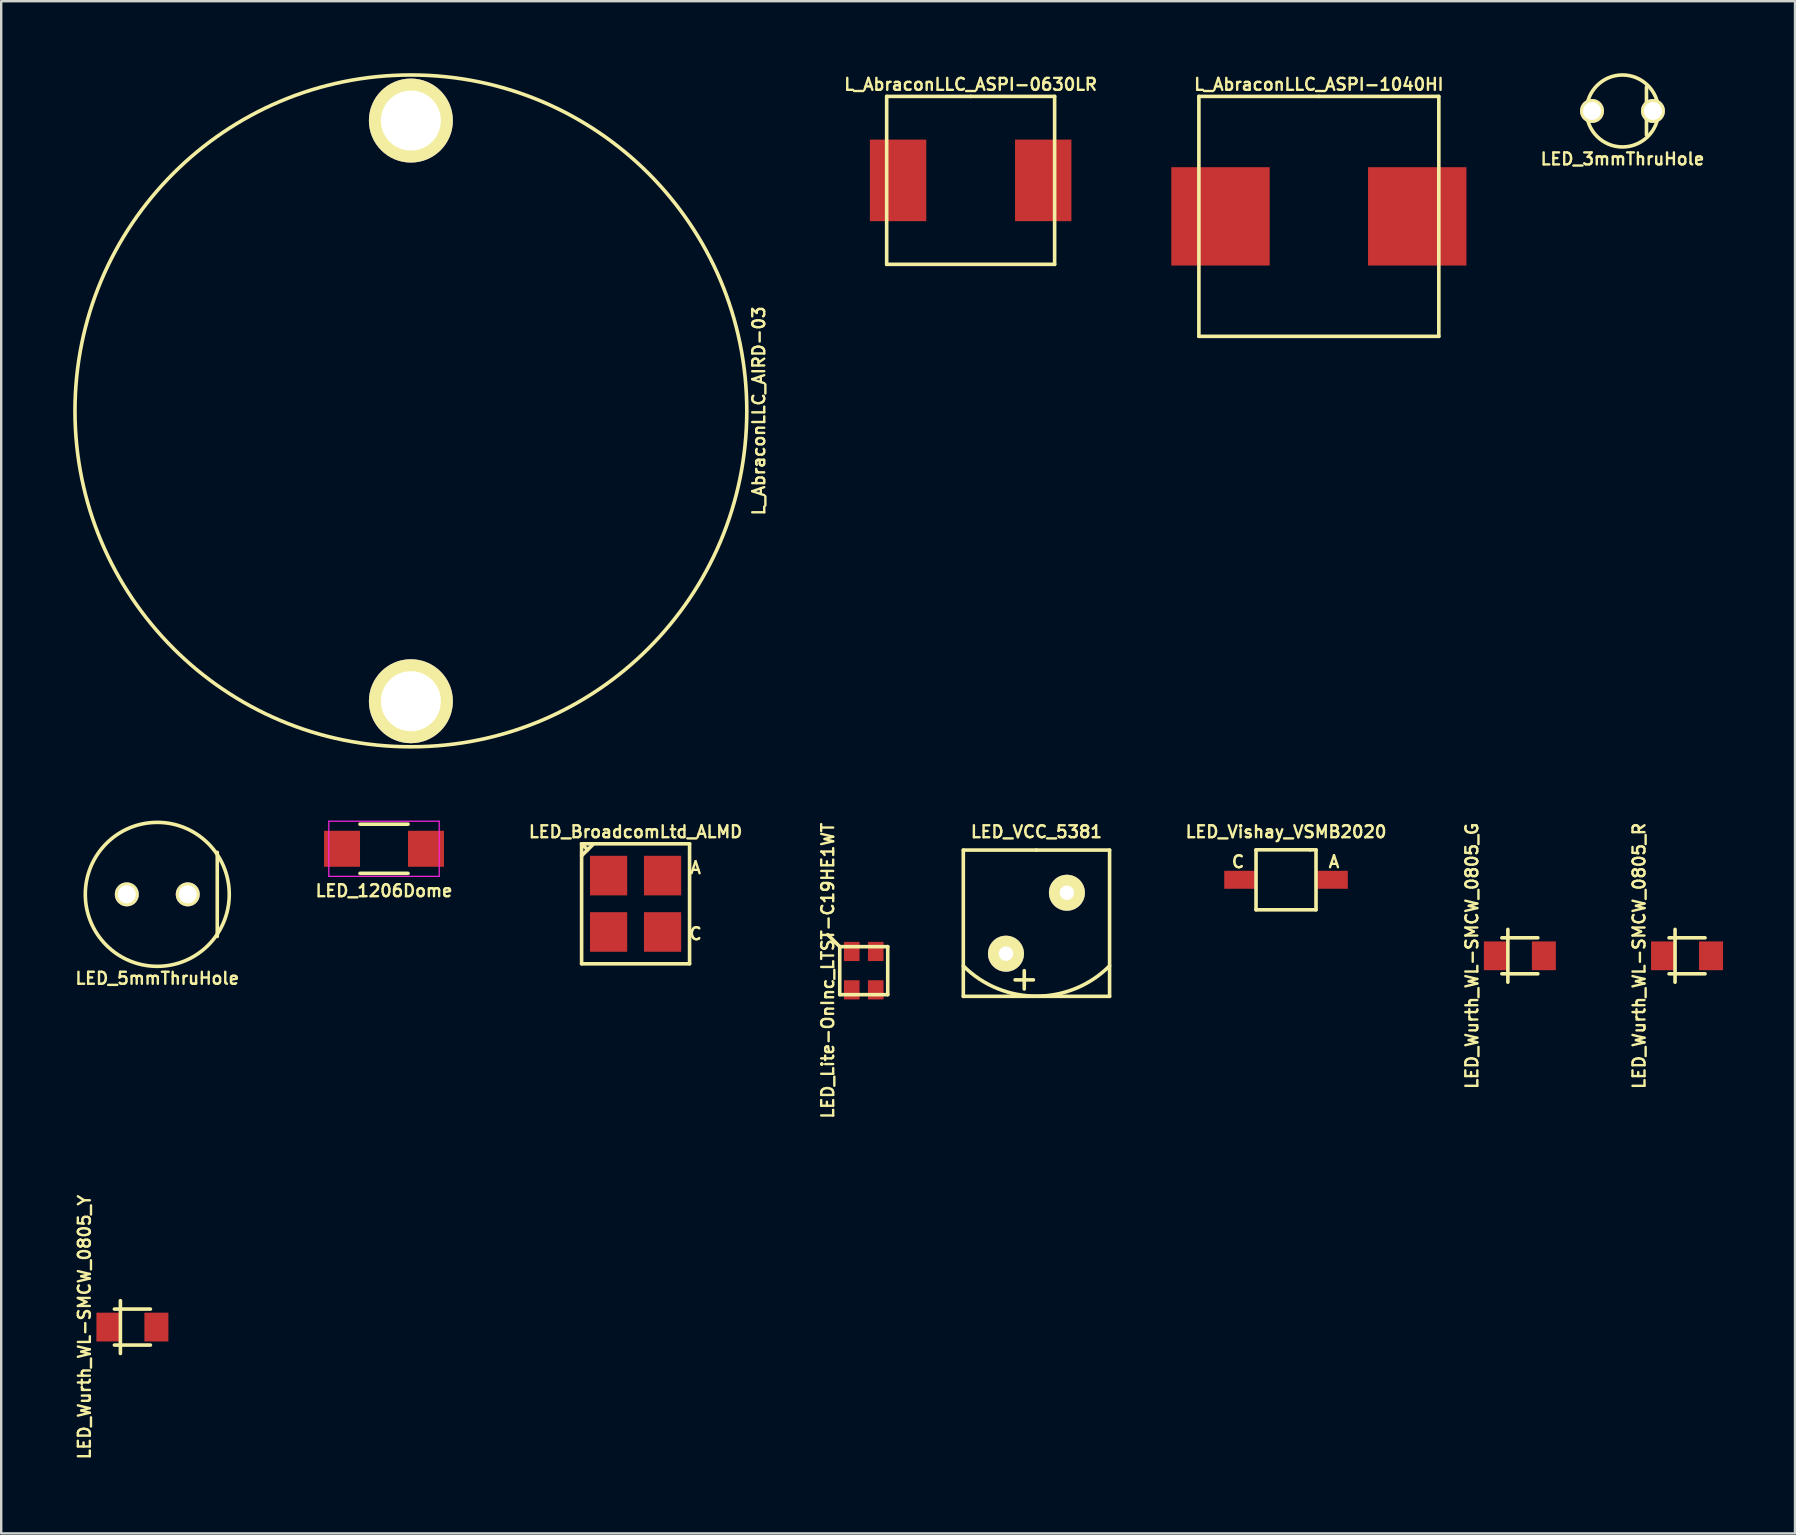
<source format=kicad_pcb>
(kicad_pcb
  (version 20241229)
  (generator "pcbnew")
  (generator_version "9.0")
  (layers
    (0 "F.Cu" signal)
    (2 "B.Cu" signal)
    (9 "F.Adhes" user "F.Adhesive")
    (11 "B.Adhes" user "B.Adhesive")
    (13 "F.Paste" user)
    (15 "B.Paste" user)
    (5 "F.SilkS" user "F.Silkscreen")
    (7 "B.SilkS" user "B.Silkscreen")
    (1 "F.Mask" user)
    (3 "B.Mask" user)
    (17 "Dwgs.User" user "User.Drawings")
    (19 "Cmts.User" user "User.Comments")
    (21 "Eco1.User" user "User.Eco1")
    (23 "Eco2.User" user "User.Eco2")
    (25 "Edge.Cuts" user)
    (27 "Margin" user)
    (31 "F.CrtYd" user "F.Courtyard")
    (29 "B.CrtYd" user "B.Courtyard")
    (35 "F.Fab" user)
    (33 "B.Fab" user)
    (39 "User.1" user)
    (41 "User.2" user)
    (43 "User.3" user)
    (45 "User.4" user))
  (footprint "LED_Wurth_WL-SMCW_0805_G"
    (layer "F.Cu")
    (at 60.295 36.786)
    (property "Reference" "LED_Wurth_WL-SMCW_0805_G" (at -2 0 90) (layer "F.SilkS") (effects (font (size 0.5 0.5) (thickness 0.1))))
    (attr through_hole)
    (fp_line (start -0.75 -0.75) (end 0.75 -0.75) (stroke (width 0.15) (type solid)) (layer "F.SilkS"))
    (fp_line (start -0.75 0.75) (end 0.75 0.75) (stroke (width 0.15) (type solid)) (layer "F.SilkS"))
    (fp_line (start -0.5 -1.1) (end -0.5 1.1) (stroke (width 0.15) (type solid)) (layer "F.SilkS"))
    (pad "1" smd rect (at -1 0) (size 1 1.2) (layers "F.Cu" "F.Mask" "F.Paste"))
    (pad "2" smd rect (at 1 0) (size 1 1.2) (layers "F.Cu" "F.Mask" "F.Paste")))
  (footprint "LED_1206Dome"
    (layer "F.Cu")
    (at 12.955 32.325)
    (property "Reference" "LED_1206Dome" (at 0 1.75 0) (layer "F.SilkS") (effects (font (size 0.5 0.5) (thickness 0.1))))
    (attr smd)
    (fp_line (start -1 1.025) (end 1 1.025) (stroke (width 0.15) (type solid)) (layer "F.SilkS"))
    (fp_line (start 1 -1.025) (end -1 -1.025) (stroke (width 0.15) (type solid)) (layer "F.SilkS"))
    (fp_line (start -2.3 -1.15) (end -2.3 1.15) (stroke (width 0.05) (type solid)) (layer "F.CrtYd"))
    (fp_line (start -2.3 -1.15) (end 2.3 -1.15) (stroke (width 0.05) (type solid)) (layer "F.CrtYd"))
    (fp_line (start -2.3 1.15) (end 2.3 1.15) (stroke (width 0.05) (type solid)) (layer "F.CrtYd"))
    (fp_line (start 2.3 -1.15) (end 2.3 1.15) (stroke (width 0.05) (type solid)) (layer "F.CrtYd"))
    (pad "1" smd rect (at -1.75 0) (size 1.5 1.5) (layers "F.Cu" "F.Mask" "F.Paste"))
    (pad "2" smd rect (at 1.75 0) (size 1.5 1.5) (layers "F.Cu" "F.Mask" "F.Paste")))
  (footprint "LED_BroadcomLtd_ALMD"
    (layer "F.Cu")
    (at 23.44 34.618)
    (property "Reference" "LED_BroadcomLtd_ALMD" (at 0 -3 0) (layer "F.SilkS") (effects (font (size 0.5 0.5) (thickness 0.1))))
    (attr through_hole)
    (fp_line (start -2.25 -2.5) (end -2.25 2.5) (stroke (width 0.15) (type solid)) (layer "F.SilkS"))
    (fp_line (start -2.25 -2.5) (end -2 -2.25) (stroke (width 0.15) (type solid)) (layer "F.SilkS"))
    (fp_line (start -2.25 -2.5) (end 2.25 -2.5) (stroke (width 0.15) (type solid)) (layer "F.SilkS"))
    (fp_line (start -2.25 -2) (end -1.75 -2.5) (stroke (width 0.15) (type solid)) (layer "F.SilkS"))
    (fp_line (start 2.25 -2.5) (end 2.25 2.5) (stroke (width 0.15) (type solid)) (layer "F.SilkS"))
    (fp_line (start 2.25 2.5) (end -2.25 2.5) (stroke (width 0.15) (type solid)) (layer "F.SilkS"))
    (fp_text user "A" (at 2.5 -1.5 0) (layer "F.SilkS") (effects (font (size 0.5 0.5) (thickness 0.1))))
    (fp_text user "C" (at 2.5 1.25 0) (layer "F.SilkS") (effects (font (size 0.5 0.5) (thickness 0.1))))
    (pad "1" smd rect (at -1.125 1.175) (size 1.55 1.65) (layers "F.Cu" "F.Mask" "F.Paste"))
    (pad "1" smd rect (at 1.125 1.175) (size 1.55 1.65) (layers "F.Cu" "F.Mask" "F.Paste"))
    (pad "2" smd rect (at -1.125 -1.175) (size 1.55 1.65) (layers "F.Cu" "F.Mask" "F.Paste"))
    (pad "2" smd rect (at 1.125 -1.175) (size 1.55 1.65) (layers "F.Cu" "F.Mask" "F.Paste")))
  (footprint "L_AbraconLLC_ASPI-1040HI"
    (layer "F.Cu")
    (at 51.917 5.968)
    (property "Reference" "L_AbraconLLC_ASPI-1040HI" (at 0 -5.5 0) (layer "F.SilkS") (effects (font (size 0.5 0.5) (thickness 0.1))))
    (attr through_hole)
    (fp_line (start -5 -5) (end 0 -5) (stroke (width 0.15) (type solid)) (layer "F.SilkS"))
    (fp_line (start -5 5) (end -5 -5) (stroke (width 0.15) (type solid)) (layer "F.SilkS"))
    (fp_line (start 0 -5) (end 5 -5) (stroke (width 0.15) (type solid)) (layer "F.SilkS"))
    (fp_line (start 5 -5) (end 5 5) (stroke (width 0.15) (type solid)) (layer "F.SilkS"))
    (fp_line (start 5 5) (end -5 5) (stroke (width 0.15) (type solid)) (layer "F.SilkS"))
    (pad "1" smd rect (at -4.1 0) (size 4.1 4.1) (layers "F.Cu" "F.Mask" "F.Paste"))
    (pad "2" smd rect (at 4.1 0) (size 4.1 4.1) (layers "F.Cu" "F.Mask" "F.Paste")))
  (footprint "L_AbraconLLC_AIRD-03"
    (layer "F.Cu")
    (at 14.075 14.075)
    (property "Reference" "L_AbraconLLC_AIRD-03" (at 14.5 0 90) (layer "F.SilkS") (effects (font (size 0.5 0.5) (thickness 0.1))))
    (attr through_hole)
    (fp_circle (center 0 0) (end 0 14) (stroke (width 0.15) (type solid)) (fill no) (layer "F.SilkS"))
    (pad "1" thru_hole circle (at 0 -12.1) (size 3.5 3.5) (drill 2.5) (layers "*.Cu" "*.Mask" "F.SilkS"))
    (pad "2" thru_hole circle (at 0 12.1) (size 3.5 3.5) (drill 2.5) (layers "*.Cu" "*.Mask" "F.SilkS")))
  (footprint "LED_5mmThruHole"
    (layer "F.Cu")
    (at 3.505 34.225)
    (property "Reference" "LED_5mmThruHole" (at 0 3.5 0) (layer "F.SilkS") (effects (font (size 0.5 0.5) (thickness 0.1))))
    (attr through_hole)
    (fp_line (start 2.5 -1.75) (end 2.5 1.75) (stroke (width 0.15) (type solid)) (layer "F.SilkS"))
    (fp_circle (center 0 0) (end -3 0) (stroke (width 0.15) (type solid)) (fill no) (layer "F.SilkS"))
    (pad "1" thru_hole circle (at -1.27 0) (size 1 1) (drill 0.75) (layers "*.Cu" "*.Mask" "F.SilkS"))
    (pad "2" thru_hole circle (at 1.27 0) (size 1 1) (drill 0.75) (layers "*.Cu" "*.Mask" "F.SilkS")))
  (footprint "LED_Lite-OnInc_LTST-C19HE1WT"
    (layer "F.Cu")
    (at 32.949 37.405)
    (property "Reference" "LED_Lite-OnInc_LTST-C19HE1WT" (at -1.5 0 90) (layer "F.SilkS") (effects (font (size 0.5 0.5) (thickness 0.1))))
    (attr through_hole)
    (fp_line (start -1 -1) (end -1.5 -1.5) (stroke (width 0.15) (type solid)) (layer "F.SilkS"))
    (fp_line (start -1 -1) (end 1 -1) (stroke (width 0.15) (type solid)) (layer "F.SilkS"))
    (fp_line (start -1 1) (end -1 -1) (stroke (width 0.15) (type solid)) (layer "F.SilkS"))
    (fp_line (start 1 -1) (end 1 1) (stroke (width 0.15) (type solid)) (layer "F.SilkS"))
    (fp_line (start 1 1) (end -1 1) (stroke (width 0.15) (type solid)) (layer "F.SilkS"))
    (pad "1" smd rect (at -0.5 -0.8) (size 0.65 0.8) (layers "F.Cu" "F.Mask" "F.Paste"))
    (pad "2" smd rect (at 0.5 -0.8) (size 0.65 0.8) (layers "F.Cu" "F.Mask" "F.Paste"))
    (pad "3" smd rect (at 0.5 0.8) (size 0.65 0.8) (layers "F.Cu" "F.Mask" "F.Paste"))
    (pad "4" smd rect (at -0.5 0.8) (size 0.65 0.8) (layers "F.Cu" "F.Mask" "F.Paste")))
  (footprint "LED_Wurth_WL-SMCW_0805_R"
    (layer "F.Cu")
    (at 67.263 36.786)
    (property "Reference" "LED_Wurth_WL-SMCW_0805_R" (at -2 0 90) (layer "F.SilkS") (effects (font (size 0.5 0.5) (thickness 0.1))))
    (attr through_hole)
    (fp_line (start -0.75 -0.75) (end 0.75 -0.75) (stroke (width 0.15) (type solid)) (layer "F.SilkS"))
    (fp_line (start -0.75 0.75) (end 0.75 0.75) (stroke (width 0.15) (type solid)) (layer "F.SilkS"))
    (fp_line (start -0.5 -1.1) (end -0.5 1.1) (stroke (width 0.15) (type solid)) (layer "F.SilkS"))
    (pad "1" smd rect (at -1 0) (size 1 1.2) (layers "F.Cu" "F.Mask" "F.Paste"))
    (pad "2" smd rect (at 1 0) (size 1 1.2) (layers "F.Cu" "F.Mask" "F.Paste")))
  (footprint "LED_3mmThruHole"
    (layer "F.Cu")
    (at 64.572 1.575)
    (property "Reference" "LED_3mmThruHole" (at 0 2 0) (layer "F.SilkS") (effects (font (size 0.5 0.5) (thickness 0.1))))
    (attr through_hole)
    (fp_line (start 1 -1) (end 1 1) (stroke (width 0.15) (type solid)) (layer "F.SilkS"))
    (fp_circle (center 0 0) (end 0 -1.5) (stroke (width 0.15) (type solid)) (fill no) (layer "F.SilkS"))
    (pad "1" thru_hole circle (at -1.27 0) (size 1 1) (drill 0.75) (layers "*.Cu" "*.Mask" "F.SilkS"))
    (pad "2" thru_hole circle (at 1.27 0) (size 1 1) (drill 0.75) (layers "*.Cu" "*.Mask" "F.SilkS")))
  (footprint "LED_VCC_5381"
    (layer "F.Cu")
    (at 40.147 35.428)
    (property "Reference" "LED_VCC_5381" (at 0 -3.81 0) (layer "F.SilkS") (effects (font (size 0.5 0.5) (thickness 0.1))))
    (attr through_hole)
    (fp_line (start -3.048 -3.048) (end 0 -3.048) (stroke (width 0.15) (type solid)) (layer "F.SilkS"))
    (fp_line (start -3.048 3.048) (end -3.048 -3.048) (stroke (width 0.15) (type solid)) (layer "F.SilkS"))
    (fp_line (start 0 -3.048) (end 3.048 -3.048) (stroke (width 0.15) (type solid)) (layer "F.SilkS"))
    (fp_line (start 3.048 -3.048) (end 3.048 3.048) (stroke (width 0.15) (type solid)) (layer "F.SilkS"))
    (fp_line (start 3.048 3.048) (end -3.048 3.048) (stroke (width 0.15) (type solid)) (layer "F.SilkS"))
    (fp_arc (start 3.048 1.778) (mid 0 3.040523) (end -3.048 1.778) (stroke (width 0.15) (type solid)) (layer "F.SilkS"))
    (fp_text user "+" (at -0.508 2.286 0) (layer "F.SilkS") (effects (font (size 1 1) (thickness 0.15))))
    (pad "1" thru_hole circle (at 1.27 -1.27) (size 1.5 1.5) (drill 0.6) (layers "*.Cu" "*.Mask" "F.SilkS"))
    (pad "2" thru_hole circle (at -1.27 1.27) (size 1.5 1.5) (drill 0.6) (layers "*.Cu" "*.Mask" "F.SilkS")))
  (footprint "LED_Wurth_WL-SMCW_0805_Y"
    (layer "F.Cu")
    (at 2.468 52.26)
    (property "Reference" "LED_Wurth_WL-SMCW_0805_Y" (at -2 0 90) (layer "F.SilkS") (effects (font (size 0.5 0.5) (thickness 0.1))))
    (attr through_hole)
    (fp_line (start -0.75 -0.75) (end 0.75 -0.75) (stroke (width 0.15) (type solid)) (layer "F.SilkS"))
    (fp_line (start -0.75 0.75) (end 0.75 0.75) (stroke (width 0.15) (type solid)) (layer "F.SilkS"))
    (fp_line (start -0.5 -1.1) (end -0.5 1.1) (stroke (width 0.15) (type solid)) (layer "F.SilkS"))
    (pad "1" smd rect (at -1 0) (size 1 1.2) (layers "F.Cu" "F.Mask" "F.Paste"))
    (pad "2" smd rect (at 1 0) (size 1 1.2) (layers "F.Cu" "F.Mask" "F.Paste")))
  (footprint "L_AbraconLLC_ASPI-0630LR"
    (layer "F.Cu")
    (at 37.405 4.468)
    (property "Reference" "L_AbraconLLC_ASPI-0630LR" (at 0 -4 0) (layer "F.SilkS") (effects (font (size 0.5 0.5) (thickness 0.1))))
    (attr through_hole)
    (fp_line (start -3.5 -3.5) (end 0 -3.5) (stroke (width 0.15) (type solid)) (layer "F.SilkS"))
    (fp_line (start -3.5 3.5) (end -3.5 -3.5) (stroke (width 0.15) (type solid)) (layer "F.SilkS"))
    (fp_line (start 0 -3.5) (end 3.5 -3.5) (stroke (width 0.15) (type solid)) (layer "F.SilkS"))
    (fp_line (start 3.5 -3.5) (end 3.5 3.5) (stroke (width 0.15) (type solid)) (layer "F.SilkS"))
    (fp_line (start 3.5 3.5) (end -3.5 3.5) (stroke (width 0.15) (type solid)) (layer "F.SilkS"))
    (pad "1" smd rect (at -3.025 0) (size 2.35 3.4) (layers "F.Cu" "F.Mask" "F.Paste"))
    (pad "2" smd rect (at 3.025 0) (size 2.35 3.4) (layers "F.Cu" "F.Mask" "F.Paste")))
  (footprint "LED_Vishay_VSMB2020"
    (layer "F.Cu")
    (at 50.549 33.618)
    (property "Reference" "LED_Vishay_VSMB2020" (at 0 -2 0) (layer "F.SilkS") (effects (font (size 0.5 0.5) (thickness 0.1))))
    (attr through_hole)
    (fp_line (start -1.25 -1.25) (end 1 -1.25) (stroke (width 0.15) (type solid)) (layer "F.SilkS"))
    (fp_line (start -1.25 1.25) (end -1.25 -1.25) (stroke (width 0.15) (type solid)) (layer "F.SilkS"))
    (fp_line (start 1 -1.25) (end 1.25 -1.25) (stroke (width 0.15) (type solid)) (layer "F.SilkS"))
    (fp_line (start 1.25 -1.25) (end 1.25 1.25) (stroke (width 0.15) (type solid)) (layer "F.SilkS"))
    (fp_line (start 1.25 1.25) (end -1.25 1.25) (stroke (width 0.15) (type solid)) (layer "F.SilkS"))
    (fp_text user "C" (at -2 -0.75 0) (layer "F.SilkS") (effects (font (size 0.5 0.5) (thickness 0.1))))
    (fp_text user "A" (at 2 -0.75 0) (layer "F.SilkS") (effects (font (size 0.5 0.5) (thickness 0.1))))
    (pad "1" smd rect (at -1.9 0) (size 1.35 0.75) (layers "F.Cu" "F.Mask" "F.Paste"))
    (pad "2" smd rect (at 1.9 0) (size 1.35 0.75) (layers "F.Cu" "F.Mask" "F.Paste")))
  (gr_rect
    (start -3 -3)
    (end 71.763 60.86)
    (stroke (width 0.1) (type default))
    (fill no)
    (layer "Edge.Cuts")))
</source>
